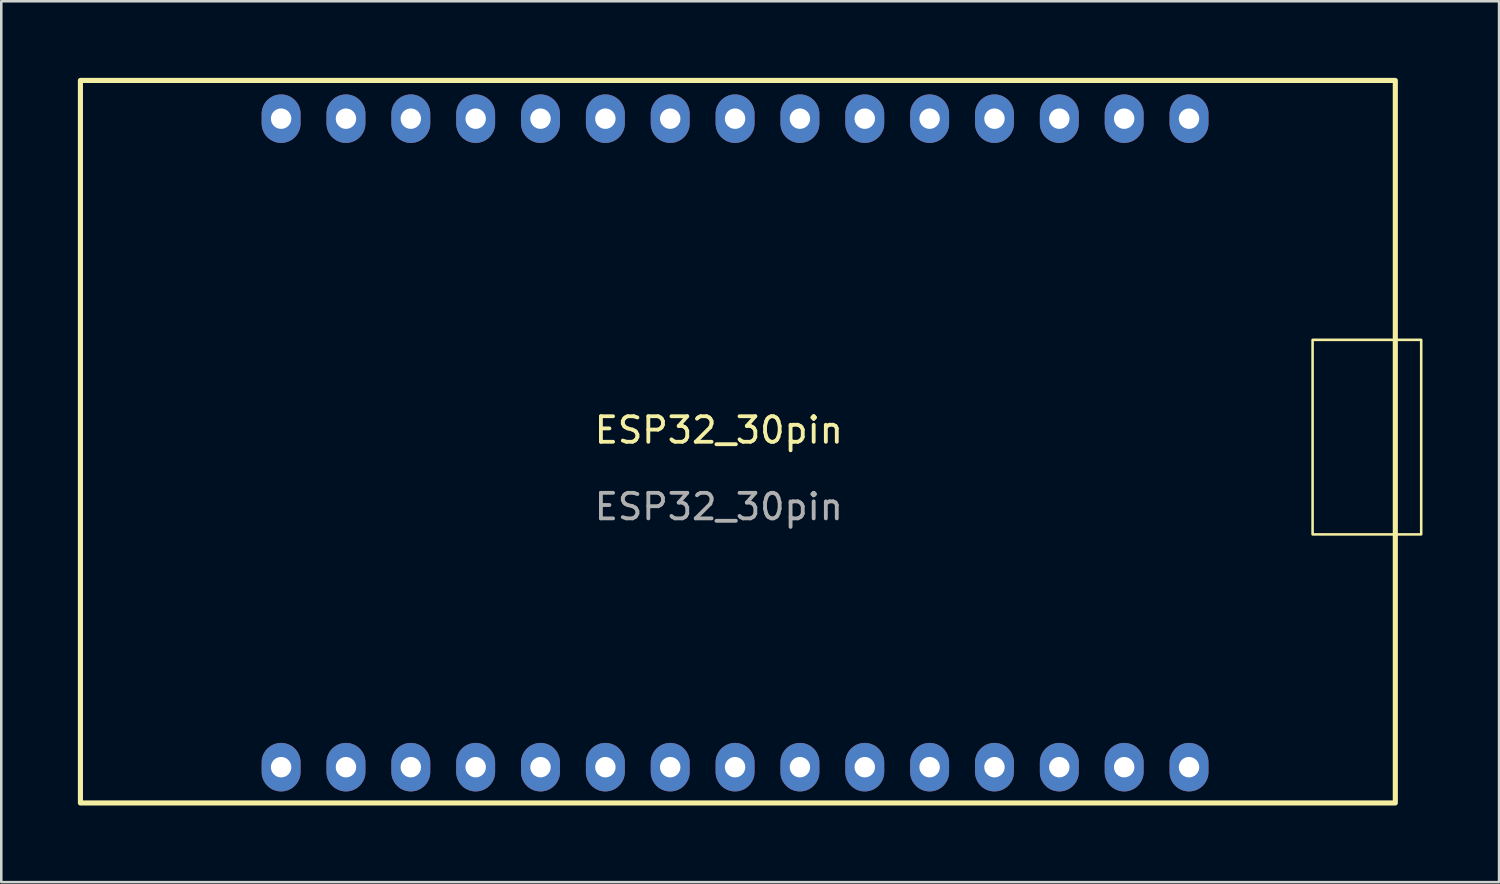
<source format=kicad_pcb>
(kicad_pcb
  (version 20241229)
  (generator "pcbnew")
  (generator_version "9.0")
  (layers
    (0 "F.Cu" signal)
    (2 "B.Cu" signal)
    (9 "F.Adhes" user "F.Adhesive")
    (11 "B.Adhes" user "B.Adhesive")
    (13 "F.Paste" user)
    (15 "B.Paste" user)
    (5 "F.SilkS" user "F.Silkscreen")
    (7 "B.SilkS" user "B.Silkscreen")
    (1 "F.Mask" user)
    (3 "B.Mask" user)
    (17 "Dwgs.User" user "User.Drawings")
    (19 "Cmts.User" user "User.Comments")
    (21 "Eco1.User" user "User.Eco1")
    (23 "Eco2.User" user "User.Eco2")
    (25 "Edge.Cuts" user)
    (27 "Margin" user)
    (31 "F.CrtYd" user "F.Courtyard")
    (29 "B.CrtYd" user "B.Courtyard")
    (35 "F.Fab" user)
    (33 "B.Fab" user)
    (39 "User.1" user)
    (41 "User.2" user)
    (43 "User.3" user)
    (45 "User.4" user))
  (footprint "ESP32_30pin"
    (layer "F.Cu")
    (at 25.5 14.07)
    (property "Reference" "ESP32_30pin" (at -0.395 -0.272 0) (unlocked yes) (layer "F.SilkS") (effects (font (size 1 1) (thickness 0.15))))
    (fp_rect (start -25.4 -13.97) (end 26.1 14.33) (stroke (width 0.2) (type default)) (fill no) (layer "F.SilkS"))
    (fp_rect (start 22.86 -3.81) (end 27.114 3.81) (stroke (width 0.1) (type default)) (fill no) (layer "F.SilkS"))
    (fp_text user "${REFERENCE}" (at -0.395 2.728 0) (unlocked yes) (layer "F.Fab") (effects (font (size 1 1) (thickness 0.15))))
    (pad "1" thru_hole oval (at 18.02 12.928) (size 1.524 1.9) (drill 0.8) (layers "*.Cu" "*.Mask"))
    (pad "2" thru_hole oval (at 15.48 12.928) (size 1.524 1.9) (drill 0.8) (layers "*.Cu" "*.Mask"))
    (pad "3" thru_hole oval (at 12.94 12.928) (size 1.524 1.9) (drill 0.8) (layers "*.Cu" "*.Mask"))
    (pad "4" thru_hole oval (at 10.4 12.928) (size 1.524 1.9) (drill 0.8) (layers "*.Cu" "*.Mask"))
    (pad "5" thru_hole oval (at 7.86 12.928) (size 1.524 1.9) (drill 0.8) (layers "*.Cu" "*.Mask"))
    (pad "6" thru_hole oval (at 5.32 12.928) (size 1.524 1.9) (drill 0.8) (layers "*.Cu" "*.Mask"))
    (pad "7" thru_hole oval (at 2.78 12.928) (size 1.524 1.9) (drill 0.8) (layers "*.Cu" "*.Mask"))
    (pad "8" thru_hole oval (at 0.24 12.928) (size 1.524 1.9) (drill 0.8) (layers "*.Cu" "*.Mask"))
    (pad "9" thru_hole oval (at -2.3 12.928) (size 1.524 1.9) (drill 0.8) (layers "*.Cu" "*.Mask"))
    (pad "10" thru_hole oval (at -4.84 12.928) (size 1.524 1.9) (drill 0.8) (layers "*.Cu" "*.Mask"))
    (pad "11" thru_hole oval (at -7.38 12.928) (size 1.524 1.9) (drill 0.8) (layers "*.Cu" "*.Mask"))
    (pad "12" thru_hole oval (at -9.92 12.928) (size 1.524 1.9) (drill 0.8) (layers "*.Cu" "*.Mask"))
    (pad "13" thru_hole oval (at -12.46 12.928) (size 1.524 1.9) (drill 0.8) (layers "*.Cu" "*.Mask"))
    (pad "14" thru_hole oval (at -15 12.928) (size 1.524 1.9) (drill 0.8) (layers "*.Cu" "*.Mask"))
    (pad "15" thru_hole oval (at -17.54 12.928) (size 1.524 1.9) (drill 0.8) (layers "*.Cu" "*.Mask"))
    (pad "16" thru_hole oval (at 18.02 -12.472) (size 1.524 1.9) (drill 0.8) (layers "*.Cu" "*.Mask"))
    (pad "17" thru_hole oval (at 15.48 -12.472) (size 1.524 1.9) (drill 0.8) (layers "*.Cu" "*.Mask"))
    (pad "18" thru_hole oval (at 12.94 -12.472) (size 1.524 1.9) (drill 0.8) (layers "*.Cu" "*.Mask"))
    (pad "19" thru_hole oval (at 10.4 -12.472) (size 1.524 1.9) (drill 0.8) (layers "*.Cu" "*.Mask"))
    (pad "20" thru_hole oval (at 7.86 -12.472) (size 1.524 1.9) (drill 0.8) (layers "*.Cu" "*.Mask"))
    (pad "21" thru_hole oval (at 5.32 -12.472) (size 1.524 1.9) (drill 0.8) (layers "*.Cu" "*.Mask"))
    (pad "22" thru_hole oval (at 2.78 -12.472) (size 1.524 1.9) (drill 0.8) (layers "*.Cu" "*.Mask"))
    (pad "23" thru_hole oval (at 0.24 -12.472) (size 1.524 1.9) (drill 0.8) (layers "*.Cu" "*.Mask"))
    (pad "24" thru_hole oval (at -2.3 -12.472) (size 1.524 1.9) (drill 0.8) (layers "*.Cu" "*.Mask"))
    (pad "25" thru_hole oval (at -4.84 -12.472) (size 1.524 1.9) (drill 0.8) (layers "*.Cu" "*.Mask"))
    (pad "26" thru_hole oval (at -7.38 -12.472) (size 1.524 1.9) (drill 0.8) (layers "*.Cu" "*.Mask"))
    (pad "27" thru_hole oval (at -9.92 -12.472) (size 1.524 1.9) (drill 0.8) (layers "*.Cu" "*.Mask"))
    (pad "28" thru_hole oval (at -12.46 -12.472) (size 1.524 1.9) (drill 0.8) (layers "*.Cu" "*.Mask"))
    (pad "29" thru_hole oval (at -15 -12.472) (size 1.524 1.9) (drill 0.8) (layers "*.Cu" "*.Mask"))
    (pad "30" thru_hole oval (at -17.54 -12.472) (size 1.524 1.9) (drill 0.8) (layers "*.Cu" "*.Mask")))
  (gr_rect
    (start -3 -3)
    (end 55.664 31.5)
    (stroke (width 0.1) (type default))
    (fill no)
    (layer "Edge.Cuts")))
</source>
